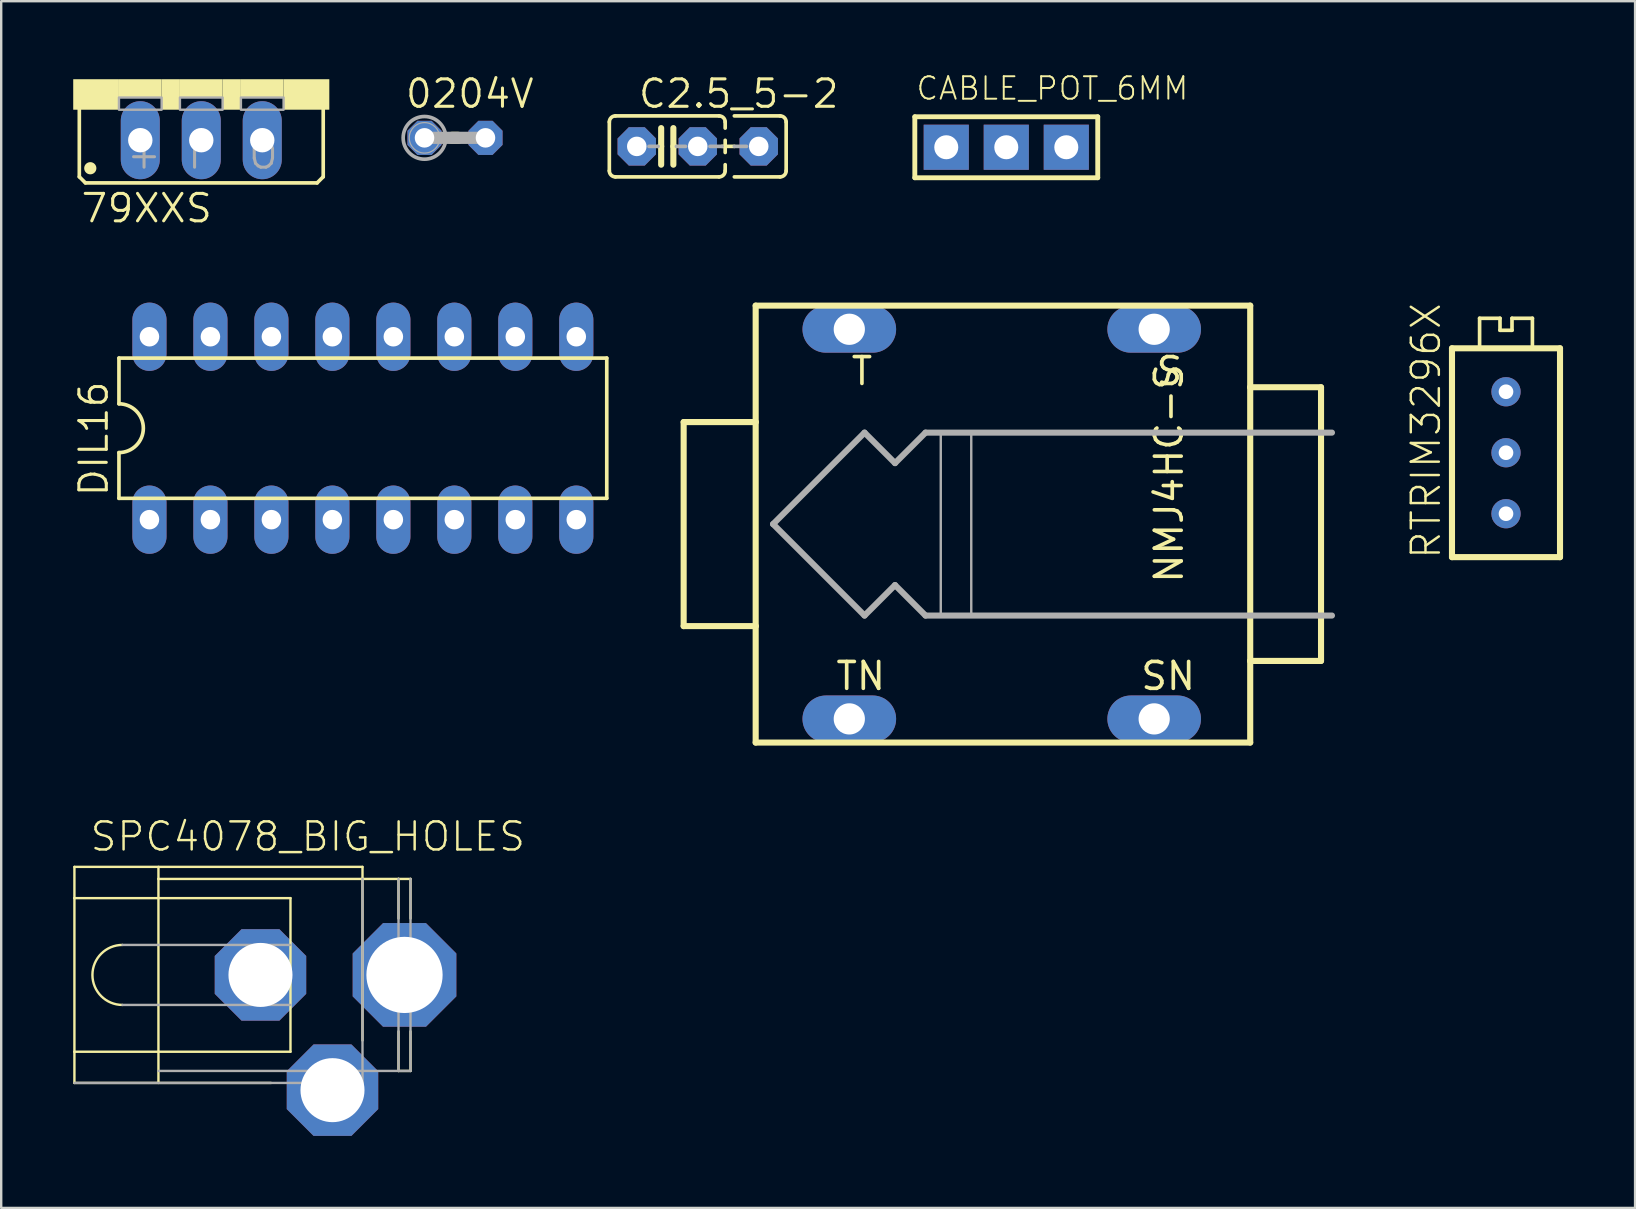
<source format=kicad_pcb>
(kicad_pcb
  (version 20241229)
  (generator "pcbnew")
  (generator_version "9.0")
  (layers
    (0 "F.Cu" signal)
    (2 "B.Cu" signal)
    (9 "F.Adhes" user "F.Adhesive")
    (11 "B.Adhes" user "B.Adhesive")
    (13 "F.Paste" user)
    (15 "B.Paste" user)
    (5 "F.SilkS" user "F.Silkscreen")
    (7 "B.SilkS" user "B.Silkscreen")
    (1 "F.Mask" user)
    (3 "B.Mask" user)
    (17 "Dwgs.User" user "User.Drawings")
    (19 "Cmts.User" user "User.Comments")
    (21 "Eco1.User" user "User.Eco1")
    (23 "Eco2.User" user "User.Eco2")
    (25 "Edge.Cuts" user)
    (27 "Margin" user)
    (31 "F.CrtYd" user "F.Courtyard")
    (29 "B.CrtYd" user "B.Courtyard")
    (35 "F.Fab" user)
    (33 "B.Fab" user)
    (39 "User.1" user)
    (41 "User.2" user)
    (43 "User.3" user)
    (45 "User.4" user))
  (footprint "CABLE_POT_6MM"
    (layer "F.Cu")
    (at 38.867 3.084)
    (property "Reference" "CABLE_POT_6MM" (at -3.81 -1.905 0) (layer "F.SilkS") (effects (font (size 0.935 0.935) (thickness 0.081)) (justify left bottom)))
    (fp_line (start -3.81 -1.27) (end -3.81 1.27) (stroke (width 0.203) (type solid)) (layer "F.SilkS"))
    (fp_line (start -3.81 -1.27) (end 3.81 -1.27) (stroke (width 0.203) (type solid)) (layer "F.SilkS"))
    (fp_line (start -3.81 1.27) (end 3.81 1.27) (stroke (width 0.203) (type solid)) (layer "F.SilkS"))
    (fp_line (start 3.81 1.27) (end 3.81 -1.27) (stroke (width 0.203) (type solid)) (layer "F.SilkS"))
    (pad "A" thru_hole rect (at -2.5 0 270) (size 1.88 1.88) (drill 1) (layers "*.Cu" "*.Mask"))
    (pad "E" thru_hole rect (at 2.5 0 270) (size 1.88 1.88) (drill 1) (layers "*.Cu" "*.Mask"))
    (pad "S" thru_hole rect (at 0 0 270) (size 1.88 1.88) (drill 1) (layers "*.Cu" "*.Mask")))
  (footprint "NMJ4HC-S"
    (layer "F.Cu")
    (at 39.948 18.781)
    (property "Reference" "NMJ4HC-S" (at 6.35 2.54 90) (layer "F.SilkS") (effects (font (size 1.118 1.118) (thickness 0.152)) (justify left bottom)))
    (fp_line (start -14.52 -4.25) (end -11.52 -4.25) (stroke (width 0.254) (type solid)) (layer "F.SilkS"))
    (fp_line (start -14.52 4.25) (end -14.52 -4.25) (stroke (width 0.254) (type solid)) (layer "F.SilkS"))
    (fp_line (start -11.52 -9.1) (end -11.52 -4.25) (stroke (width 0.254) (type solid)) (layer "F.SilkS"))
    (fp_line (start -11.52 -4.25) (end -11.52 4.25) (stroke (width 0.254) (type solid)) (layer "F.SilkS"))
    (fp_line (start -11.52 4.25) (end -14.52 4.25) (stroke (width 0.254) (type solid)) (layer "F.SilkS"))
    (fp_line (start -11.52 4.25) (end -11.52 9.1) (stroke (width 0.254) (type solid)) (layer "F.SilkS"))
    (fp_line (start -11.52 9.1) (end 9.08 9.1) (stroke (width 0.254) (type solid)) (layer "F.SilkS"))
    (fp_line (start 9.08 -9.1) (end -11.52 -9.1) (stroke (width 0.254) (type solid)) (layer "F.SilkS"))
    (fp_line (start 9.08 -5.7) (end 9.08 -9.1) (stroke (width 0.254) (type solid)) (layer "F.SilkS"))
    (fp_line (start 9.08 -5.7) (end 12.03 -5.7) (stroke (width 0.254) (type solid)) (layer "F.SilkS"))
    (fp_line (start 9.08 5.7) (end 9.08 -5.7) (stroke (width 0.254) (type solid)) (layer "F.SilkS"))
    (fp_line (start 9.08 9.1) (end 9.08 5.7) (stroke (width 0.254) (type solid)) (layer "F.SilkS"))
    (fp_line (start 12.03 -5.7) (end 12.03 5.7) (stroke (width 0.254) (type solid)) (layer "F.SilkS"))
    (fp_line (start 12.03 5.7) (end 9.08 5.7) (stroke (width 0.254) (type solid)) (layer "F.SilkS"))
    (fp_line (start -10.795 0) (end -6.985 3.81) (stroke (width 0.254) (type solid)) (layer "F.Fab"))
    (fp_line (start -6.985 -3.81) (end -10.795 0) (stroke (width 0.254) (type solid)) (layer "F.Fab"))
    (fp_line (start -6.985 3.81) (end -5.715 2.54) (stroke (width 0.254) (type solid)) (layer "F.Fab"))
    (fp_line (start -5.715 -2.54) (end -6.985 -3.81) (stroke (width 0.254) (type solid)) (layer "F.Fab"))
    (fp_line (start -5.715 2.54) (end -4.445 3.81) (stroke (width 0.254) (type solid)) (layer "F.Fab"))
    (fp_line (start -4.445 -3.81) (end -5.715 -2.54) (stroke (width 0.254) (type solid)) (layer "F.Fab"))
    (fp_line (start -4.445 3.81) (end 12.485 3.81) (stroke (width 0.254) (type solid)) (layer "F.Fab"))
    (fp_line (start 12.485 -3.81) (end -4.445 -3.81) (stroke (width 0.254) (type solid)) (layer "F.Fab"))
    (fp_poly (pts (xy -3.81 3.81) (xy -2.54 3.81) (xy -2.54 -3.81) (xy -3.81 -3.81)) (stroke (width 0.1) (type default)) (fill no) (layer "F.Fab"))
    (fp_text user "TN" (at -8.255 6.985 0) (layer "F.SilkS") (effects (font (size 1.118 1.118) (thickness 0.152)) (justify left bottom)))
    (fp_text user "S" (at 5.08 -5.715 0) (layer "F.SilkS") (effects (font (size 1.118 1.118) (thickness 0.152)) (justify left bottom)))
    (fp_text user "T" (at -7.62 -5.715 0) (layer "F.SilkS") (effects (font (size 1.118 1.118) (thickness 0.152)) (justify left bottom)))
    (fp_text user "SN" (at 4.445 6.985 0) (layer "F.SilkS") (effects (font (size 1.118 1.118) (thickness 0.152)) (justify left bottom)))
    (pad "S" thru_hole oval (at 5.08 -8.115) (size 3.9 1.95) (drill 1.3) (layers "*.Cu" "*.Mask"))
    (pad "SN" thru_hole oval (at 5.08 8.115) (size 3.9 1.95) (drill 1.3) (layers "*.Cu" "*.Mask"))
    (pad "T" thru_hole oval (at -7.62 -8.115) (size 3.9 1.95) (drill 1.3) (layers "*.Cu" "*.Mask"))
    (pad "TN" thru_hole oval (at -7.62 8.115) (size 3.9 1.95) (drill 1.3) (layers "*.Cu" "*.Mask")))
  (footprint "79XXS"
    (layer "F.Cu")
    (at 5.334 0.25)
    (property "Reference" "79XXS" (at -5.08 6.045 0) (layer "F.SilkS") (effects (font (size 1.143 1.143) (thickness 0.127)) (justify left bottom)))
    (fp_line (start -5.08 4.064) (end -5.08 1.143) (stroke (width 0.152) (type solid)) (layer "F.SilkS"))
    (fp_line (start -5.08 4.064) (end -4.826 4.318) (stroke (width 0.152) (type solid)) (layer "F.SilkS"))
    (fp_line (start 4.826 4.318) (end -4.826 4.318) (stroke (width 0.152) (type solid)) (layer "F.SilkS"))
    (fp_line (start 4.826 4.318) (end 5.08 4.064) (stroke (width 0.152) (type solid)) (layer "F.SilkS"))
    (fp_line (start 5.08 1.143) (end 5.08 4.064) (stroke (width 0.152) (type solid)) (layer "F.SilkS"))
    (fp_circle (center -4.623 3.708) (end -4.496 3.708) (stroke (width 0.254) (type solid)) (fill yes) (layer "F.SilkS"))
    (fp_poly (pts (xy -5.334 1.27) (xy -3.429 1.27) (xy -3.429 0) (xy -5.334 0)) (stroke (width 0) (type default)) (fill yes) (layer "F.SilkS"))
    (fp_poly (pts (xy -3.429 0.762) (xy -1.651 0.762) (xy -1.651 0) (xy -3.429 0)) (stroke (width 0) (type default)) (fill yes) (layer "F.SilkS"))
    (fp_poly (pts (xy -1.651 1.27) (xy -0.889 1.27) (xy -0.889 0) (xy -1.651 0)) (stroke (width 0) (type default)) (fill yes) (layer "F.SilkS"))
    (fp_poly (pts (xy -0.889 0.762) (xy 0.889 0.762) (xy 0.889 0) (xy -0.889 0)) (stroke (width 0) (type default)) (fill yes) (layer "F.SilkS"))
    (fp_poly (pts (xy 0.889 1.27) (xy 1.651 1.27) (xy 1.651 0) (xy 0.889 0)) (stroke (width 0) (type default)) (fill yes) (layer "F.SilkS"))
    (fp_poly (pts (xy 1.651 0.762) (xy 3.429 0.762) (xy 3.429 0) (xy 1.651 0)) (stroke (width 0) (type default)) (fill yes) (layer "F.SilkS"))
    (fp_poly (pts (xy 3.429 1.27) (xy 5.334 1.27) (xy 5.334 0) (xy 3.429 0)) (stroke (width 0) (type default)) (fill yes) (layer "F.SilkS"))
    (fp_poly (pts (xy -3.429 1.27) (xy -1.651 1.27) (xy -1.651 0.762) (xy -3.429 0.762)) (stroke (width 0.1) (type default)) (fill no) (layer "F.Fab"))
    (fp_poly (pts (xy -0.889 1.27) (xy 0.889 1.27) (xy 0.889 0.762) (xy -0.889 0.762)) (stroke (width 0.1) (type default)) (fill no) (layer "F.Fab"))
    (fp_poly (pts (xy 1.651 1.27) (xy 3.429 1.27) (xy 3.429 0.762) (xy 1.651 0.762)) (stroke (width 0.1) (type default)) (fill no) (layer "F.Fab"))
    (fp_text user "I" (at -0.635 3.81 0) (layer "F.Fab") (effects (font (size 1.143 1.143) (thickness 0.127)) (justify left bottom)))
    (fp_text user "O" (at 1.905 3.81 0) (layer "F.Fab") (effects (font (size 1.143 1.143) (thickness 0.127)) (justify left bottom)))
    (fp_text user "+" (at -3.175 3.81 0) (layer "F.Fab") (effects (font (size 1.143 1.143) (thickness 0.127)) (justify left bottom)))
    (pad "GND" thru_hole oval (at -2.54 2.54 90) (size 3.251 1.626) (drill 1.016) (layers "*.Cu" "*.Mask"))
    (pad "IN" thru_hole oval (at 0 2.54 90) (size 3.251 1.626) (drill 1.016) (layers "*.Cu" "*.Mask"))
    (pad "OUT" thru_hole oval (at 2.54 2.54 90) (size 3.251 1.626) (drill 1.016) (layers "*.Cu" "*.Mask")))
  (footprint "SPC4078_BIG_HOLES"
    (layer "F.Cu")
    (at 8.26 37.561)
    (property "Reference" "SPC4078_BIG_HOLES" (at -7.62 -5.08 0) (layer "F.SilkS") (effects (font (size 1.168 1.168) (thickness 0.102)) (justify left bottom)))
    (fp_line (start -8.21 -4.5) (end 3.79 -4.5) (stroke (width 0.1) (type solid)) (layer "F.SilkS"))
    (fp_line (start -8.21 -3.2) (end -8.21 -4.5) (stroke (width 0.1) (type solid)) (layer "F.SilkS"))
    (fp_line (start -8.21 -3.2) (end 0.79 -3.2) (stroke (width 0.1) (type solid)) (layer "F.SilkS"))
    (fp_line (start -8.21 3.2) (end -8.21 -3.2) (stroke (width 0.1) (type solid)) (layer "F.SilkS"))
    (fp_line (start -8.21 3.2) (end 0.79 3.2) (stroke (width 0.1) (type solid)) (layer "F.SilkS"))
    (fp_line (start -8.21 4.5) (end -8.21 3.2) (stroke (width 0.1) (type solid)) (layer "F.SilkS"))
    (fp_line (start -8.21 4.5) (end -0.02 4.5) (stroke (width 0.1) (type solid)) (layer "F.SilkS"))
    (fp_line (start -4.71 -4) (end -4.71 -4.5) (stroke (width 0.1) (type solid)) (layer "F.SilkS"))
    (fp_line (start -4.71 -4) (end 3.79 -4) (stroke (width 0.1) (type solid)) (layer "F.SilkS"))
    (fp_line (start -4.71 4.5) (end -4.71 -4) (stroke (width 0.1) (type solid)) (layer "F.SilkS"))
    (fp_line (start 0.79 3.2) (end 0.79 -3.2) (stroke (width 0.1) (type solid)) (layer "F.SilkS"))
    (fp_line (start 3.79 -4) (end 3.79 -4.5) (stroke (width 0.1) (type solid)) (layer "F.SilkS"))
    (fp_line (start 3.79 -4) (end 5.29 -4) (stroke (width 0.1) (type solid)) (layer "F.SilkS"))
    (fp_line (start 3.79 2.73) (end 3.79 -4) (stroke (width 0.1) (type solid)) (layer "F.SilkS"))
    (fp_line (start 5.29 -4) (end 5.79 -4) (stroke (width 0.1) (type solid)) (layer "F.SilkS"))
    (fp_line (start 5.29 -2.35) (end 5.29 -4) (stroke (width 0.1) (type solid)) (layer "F.SilkS"))
    (fp_line (start 5.29 4) (end 5.29 2.35) (stroke (width 0.1) (type solid)) (layer "F.SilkS"))
    (fp_line (start 5.29 4) (end 5.79 4) (stroke (width 0.1) (type solid)) (layer "F.SilkS"))
    (fp_line (start 5.79 -2.35) (end 5.79 -4) (stroke (width 0.1) (type solid)) (layer "F.SilkS"))
    (fp_line (start 5.79 4) (end 5.79 2.35) (stroke (width 0.1) (type solid)) (layer "F.SilkS"))
    (fp_arc (start -6.21 1.25) (mid -7.46 0) (end -6.21 -1.25) (stroke (width 0.1) (type solid)) (layer "F.SilkS"))
    (fp_line (start -8.21 4.5) (end 3.79 4.5) (stroke (width 0.1) (type solid)) (layer "F.Fab"))
    (fp_line (start -6.21 -1.25) (end 0.79 -1.25) (stroke (width 0.1) (type solid)) (layer "F.Fab"))
    (fp_line (start -6.21 1.25) (end 0.79 1.25) (stroke (width 0.1) (type solid)) (layer "F.Fab"))
    (fp_line (start -4.71 4) (end 3.79 4) (stroke (width 0.1) (type solid)) (layer "F.Fab"))
    (fp_line (start 3.79 4) (end 3.79 -4) (stroke (width 0.1) (type solid)) (layer "F.Fab"))
    (fp_line (start 3.79 4) (end 5.29 4) (stroke (width 0.1) (type solid)) (layer "F.Fab"))
    (fp_line (start 3.79 4.5) (end 3.79 4) (stroke (width 0.1) (type solid)) (layer "F.Fab"))
    (fp_line (start 5.29 4) (end 5.29 -4) (stroke (width 0.1) (type solid)) (layer "F.Fab"))
    (fp_line (start 5.29 4) (end 5.79 4) (stroke (width 0.1) (type solid)) (layer "F.Fab"))
    (fp_line (start 5.79 4) (end 5.79 -4) (stroke (width 0.1) (type solid)) (layer "F.Fab"))
    (pad "1" thru_hole roundrect (at -0.46 0 90) (size 3.81 3.81) (drill 2.667) (layers "*.Cu" "*.Mask") (roundrect_rratio 0.25) (chamfer_ratio 0.293) (chamfer top_left top_right bottom_left bottom_right))
    (pad "2" thru_hole roundrect (at 2.54 4.8) (size 3.81 3.81) (drill 2.667) (layers "*.Cu" "*.Mask") (roundrect_rratio 0.25) (chamfer_ratio 0.293) (chamfer top_left top_right bottom_left bottom_right))
    (pad "3" thru_hole roundrect (at 5.54 0 90) (size 4.318 4.318) (drill 3.175) (layers "*.Cu" "*.Mask") (roundrect_rratio 0.25) (chamfer_ratio 0.293) (chamfer top_left top_right bottom_left bottom_right)))
  (footprint "0204V"
    (layer "F.Cu")
    (at 15.903 2.692)
    (property "Reference" "0204V" (at -2.134 -1.168 0) (layer "F.SilkS") (effects (font (size 1.143 1.143) (thickness 0.127)) (justify left bottom)))
    (fp_line (start -0.127 0) (end 0.127 0) (stroke (width 0.508) (type solid)) (layer "F.SilkS"))
    (fp_line (start -1.27 0) (end 1.27 0) (stroke (width 0.508) (type solid)) (layer "F.Fab"))
    (fp_circle (center -1.27 0) (end -0.635 0) (stroke (width 0.051) (type solid)) (fill no) (layer "F.Fab"))
    (fp_circle (center -1.27 0) (end -0.381 0) (stroke (width 0.152) (type solid)) (fill no) (layer "F.Fab"))
    (pad "1" thru_hole roundrect (at -1.27 0) (size 1.422 1.422) (drill 0.813) (layers "*.Cu" "*.Mask") (roundrect_rratio 0.25) (chamfer_ratio 0.293) (chamfer top_left top_right bottom_left bottom_right))
    (pad "2" thru_hole roundrect (at 1.27 0) (size 1.422 1.422) (drill 0.813) (layers "*.Cu" "*.Mask") (roundrect_rratio 0.25) (chamfer_ratio 0.293) (chamfer top_left top_right bottom_left bottom_right)))
  (footprint "DIL16"
    (layer "F.Cu")
    (at 12.065 14.787)
    (property "Reference" "DIL16" (at -10.541 2.921 90) (layer "F.SilkS") (effects (font (size 1.143 1.143) (thickness 0.127)) (justify left bottom)))
    (fp_line (start -10.16 -2.921) (end -10.16 -1.016) (stroke (width 0.152) (type solid)) (layer "F.SilkS"))
    (fp_line (start -10.16 2.921) (end -10.16 1.016) (stroke (width 0.152) (type solid)) (layer "F.SilkS"))
    (fp_line (start -10.16 2.921) (end 10.16 2.921) (stroke (width 0.152) (type solid)) (layer "F.SilkS"))
    (fp_line (start 10.16 -2.921) (end -10.16 -2.921) (stroke (width 0.152) (type solid)) (layer "F.SilkS"))
    (fp_line (start 10.16 -2.921) (end 10.16 2.921) (stroke (width 0.152) (type solid)) (layer "F.SilkS"))
    (fp_arc (start -10.16 -1.016) (mid -9.144 0) (end -10.16 1.016) (stroke (width 0.1524) (type solid)) (layer "F.SilkS"))
    (pad "1" thru_hole oval (at -8.89 3.81 90) (size 2.845 1.422) (drill 0.813) (layers "*.Cu" "*.Mask"))
    (pad "2" thru_hole oval (at -6.35 3.81 90) (size 2.845 1.422) (drill 0.813) (layers "*.Cu" "*.Mask"))
    (pad "3" thru_hole oval (at -3.81 3.81 90) (size 2.845 1.422) (drill 0.813) (layers "*.Cu" "*.Mask"))
    (pad "4" thru_hole oval (at -1.27 3.81 90) (size 2.845 1.422) (drill 0.813) (layers "*.Cu" "*.Mask"))
    (pad "5" thru_hole oval (at 1.27 3.81 90) (size 2.845 1.422) (drill 0.813) (layers "*.Cu" "*.Mask"))
    (pad "6" thru_hole oval (at 3.81 3.81 90) (size 2.845 1.422) (drill 0.813) (layers "*.Cu" "*.Mask"))
    (pad "7" thru_hole oval (at 6.35 3.81 90) (size 2.845 1.422) (drill 0.813) (layers "*.Cu" "*.Mask"))
    (pad "8" thru_hole oval (at 8.89 3.81 90) (size 2.845 1.422) (drill 0.813) (layers "*.Cu" "*.Mask"))
    (pad "9" thru_hole oval (at 8.89 -3.81 90) (size 2.845 1.422) (drill 0.813) (layers "*.Cu" "*.Mask"))
    (pad "10" thru_hole oval (at 6.35 -3.81 90) (size 2.845 1.422) (drill 0.813) (layers "*.Cu" "*.Mask"))
    (pad "11" thru_hole oval (at 3.81 -3.81 90) (size 2.845 1.422) (drill 0.813) (layers "*.Cu" "*.Mask"))
    (pad "12" thru_hole oval (at 1.27 -3.81 90) (size 2.845 1.422) (drill 0.813) (layers "*.Cu" "*.Mask"))
    (pad "13" thru_hole oval (at -1.27 -3.81 90) (size 2.845 1.422) (drill 0.813) (layers "*.Cu" "*.Mask"))
    (pad "14" thru_hole oval (at -3.81 -3.81 90) (size 2.845 1.422) (drill 0.813) (layers "*.Cu" "*.Mask"))
    (pad "15" thru_hole oval (at -6.35 -3.81 90) (size 2.845 1.422) (drill 0.813) (layers "*.Cu" "*.Mask"))
    (pad "16" thru_hole oval (at -8.89 -3.81 90) (size 2.845 1.422) (drill 0.813) (layers "*.Cu" "*.Mask")))
  (footprint "RTRIM3296X"
    (layer "F.Cu")
    (at 59.683 15.808)
    (property "Reference" "RTRIM3296X" (at -2.65 4.5 90) (layer "F.SilkS") (effects (font (size 1.168 1.168) (thickness 0.102)) (justify left bottom)))
    (fp_line (start -2.25 -4.35) (end 2.25 -4.35) (stroke (width 0.254) (type solid)) (layer "F.SilkS"))
    (fp_line (start -2.25 4.35) (end -2.25 -4.35) (stroke (width 0.254) (type solid)) (layer "F.SilkS"))
    (fp_line (start -1.1 -5.6) (end -0.25 -5.6) (stroke (width 0.152) (type solid)) (layer "F.SilkS"))
    (fp_line (start -1.1 -4.4) (end -1.1 -5.6) (stroke (width 0.152) (type solid)) (layer "F.SilkS"))
    (fp_line (start -0.25 -5.6) (end -0.25 -5.1) (stroke (width 0.152) (type solid)) (layer "F.SilkS"))
    (fp_line (start -0.25 -5.1) (end 0.25 -5.1) (stroke (width 0.152) (type solid)) (layer "F.SilkS"))
    (fp_line (start 0.25 -5.6) (end 1.1 -5.6) (stroke (width 0.152) (type solid)) (layer "F.SilkS"))
    (fp_line (start 0.25 -5.1) (end 0.25 -5.6) (stroke (width 0.152) (type solid)) (layer "F.SilkS"))
    (fp_line (start 1.1 -5.6) (end 1.1 -4.4) (stroke (width 0.152) (type solid)) (layer "F.SilkS"))
    (fp_line (start 2.25 -4.35) (end 2.25 4.35) (stroke (width 0.254) (type solid)) (layer "F.SilkS"))
    (fp_line (start 2.25 4.35) (end -2.25 4.35) (stroke (width 0.254) (type solid)) (layer "F.SilkS"))
    (pad "1" thru_hole circle (at 0 2.54) (size 1.219 1.219) (drill 0.61) (layers "*.Cu" "*.Mask"))
    (pad "2" thru_hole circle (at 0 0) (size 1.219 1.219) (drill 0.61) (layers "*.Cu" "*.Mask"))
    (pad "3" thru_hole circle (at 0 -2.54) (size 1.219 1.219) (drill 0.61) (layers "*.Cu" "*.Mask")))
  (footprint "C2.5_5-2"
    (layer "F.Cu")
    (at 24.745 3.048)
    (property "Reference" "C2.5_5-2" (at -1.27 -1.524 0) (layer "F.SilkS") (effects (font (size 1.143 1.143) (thickness 0.127)) (justify left bottom)))
    (fp_line (start -2.413 -1.016) (end -2.413 1.016) (stroke (width 0.152) (type solid)) (layer "F.SilkS"))
    (fp_line (start -2.159 -1.27) (end 2.159 -1.27) (stroke (width 0.152) (type solid)) (layer "F.SilkS"))
    (fp_line (start -0.254 -0.762) (end -0.254 0) (stroke (width 0.254) (type solid)) (layer "F.SilkS"))
    (fp_line (start -0.254 0) (end -0.381 0) (stroke (width 0.152) (type solid)) (layer "F.SilkS"))
    (fp_line (start -0.254 0) (end -0.254 0.762) (stroke (width 0.254) (type solid)) (layer "F.SilkS"))
    (fp_line (start 0.254 0) (end 0.254 -0.762) (stroke (width 0.254) (type solid)) (layer "F.SilkS"))
    (fp_line (start 0.254 0) (end 0.254 0.762) (stroke (width 0.254) (type solid)) (layer "F.SilkS"))
    (fp_line (start 0.381 0) (end 0.254 0) (stroke (width 0.152) (type solid)) (layer "F.SilkS"))
    (fp_line (start 2.159 1.27) (end -2.159 1.27) (stroke (width 0.152) (type solid)) (layer "F.SilkS"))
    (fp_line (start 2.286 0) (end 2.794 0) (stroke (width 0.152) (type solid)) (layer "F.SilkS"))
    (fp_line (start 2.413 -1.016) (end 2.413 -0.762) (stroke (width 0.152) (type solid)) (layer "F.SilkS"))
    (fp_line (start 2.413 -0.254) (end 2.413 0.254) (stroke (width 0.152) (type solid)) (layer "F.SilkS"))
    (fp_line (start 2.413 0.762) (end 2.413 1.016) (stroke (width 0.152) (type solid)) (layer "F.SilkS"))
    (fp_line (start 2.794 -1.27) (end 4.699 -1.27) (stroke (width 0.152) (type solid)) (layer "F.SilkS"))
    (fp_line (start 4.699 1.27) (end 2.794 1.27) (stroke (width 0.152) (type solid)) (layer "F.SilkS"))
    (fp_line (start 4.953 -1.016) (end 4.953 1.016) (stroke (width 0.152) (type solid)) (layer "F.SilkS"))
    (fp_arc (start -2.413 -1.016) (mid -2.338605 -1.195605) (end -2.159 -1.27) (stroke (width 0.1524) (type solid)) (layer "F.SilkS"))
    (fp_arc (start -2.159 1.27) (mid -2.338605 1.195605) (end -2.413 1.016) (stroke (width 0.1524) (type solid)) (layer "F.SilkS"))
    (fp_arc (start 2.159 -1.27) (mid 2.338605 -1.195605) (end 2.413 -1.016) (stroke (width 0.1524) (type solid)) (layer "F.SilkS"))
    (fp_arc (start 2.413 1.016) (mid 2.338605 1.195605) (end 2.159 1.27) (stroke (width 0.1524) (type solid)) (layer "F.SilkS"))
    (fp_arc (start 4.699 -1.27) (mid 4.878605 -1.195605) (end 4.953 -1.016) (stroke (width 0.1524) (type solid)) (layer "F.SilkS"))
    (fp_arc (start 4.953 1.016) (mid 4.878605 1.195605) (end 4.699 1.27) (stroke (width 0.1524) (type solid)) (layer "F.SilkS"))
    (fp_line (start -0.381 0) (end -0.762 0) (stroke (width 0.152) (type solid)) (layer "F.Fab"))
    (fp_line (start 0.381 0) (end 0.762 0) (stroke (width 0.152) (type solid)) (layer "F.Fab"))
    (fp_line (start 1.778 0) (end 2.286 0) (stroke (width 0.152) (type solid)) (layer "F.Fab"))
    (fp_line (start 2.794 0) (end 3.302 0) (stroke (width 0.152) (type solid)) (layer "F.Fab"))
    (pad "1" thru_hole roundrect (at -1.27 0) (size 1.6 1.6) (drill 0.813) (layers "*.Cu" "*.Mask") (roundrect_rratio 0.25) (chamfer_ratio 0.293) (chamfer top_left top_right bottom_left bottom_right))
    (pad "2" thru_hole roundrect (at 1.27 0) (size 1.6 1.6) (drill 0.813) (layers "*.Cu" "*.Mask") (roundrect_rratio 0.25) (chamfer_ratio 0.293) (chamfer top_left top_right bottom_left bottom_right))
    (pad "3" thru_hole roundrect (at 3.81 0) (size 1.6 1.6) (drill 0.813) (layers "*.Cu" "*.Mask") (roundrect_rratio 0.25) (chamfer_ratio 0.293) (chamfer top_left top_right bottom_left bottom_right)))
  (gr_rect
    (start -3 -3)
    (end 65.06 47.266)
    (stroke (width 0.1) (type default))
    (fill no)
    (layer "Edge.Cuts")))
</source>
